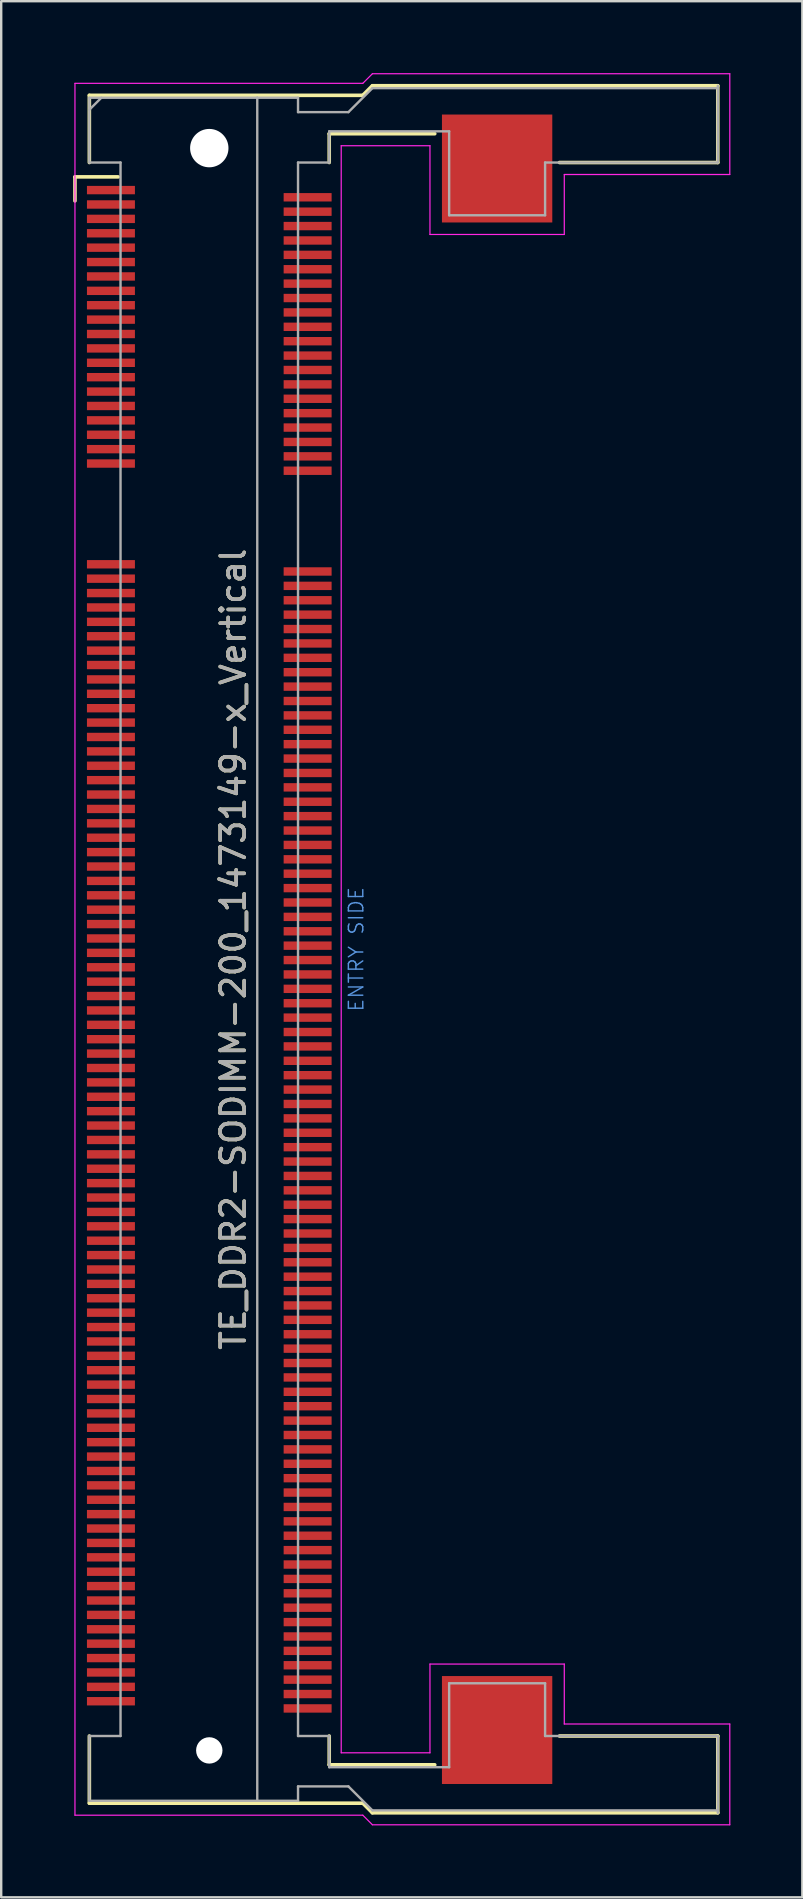
<source format=kicad_pcb>
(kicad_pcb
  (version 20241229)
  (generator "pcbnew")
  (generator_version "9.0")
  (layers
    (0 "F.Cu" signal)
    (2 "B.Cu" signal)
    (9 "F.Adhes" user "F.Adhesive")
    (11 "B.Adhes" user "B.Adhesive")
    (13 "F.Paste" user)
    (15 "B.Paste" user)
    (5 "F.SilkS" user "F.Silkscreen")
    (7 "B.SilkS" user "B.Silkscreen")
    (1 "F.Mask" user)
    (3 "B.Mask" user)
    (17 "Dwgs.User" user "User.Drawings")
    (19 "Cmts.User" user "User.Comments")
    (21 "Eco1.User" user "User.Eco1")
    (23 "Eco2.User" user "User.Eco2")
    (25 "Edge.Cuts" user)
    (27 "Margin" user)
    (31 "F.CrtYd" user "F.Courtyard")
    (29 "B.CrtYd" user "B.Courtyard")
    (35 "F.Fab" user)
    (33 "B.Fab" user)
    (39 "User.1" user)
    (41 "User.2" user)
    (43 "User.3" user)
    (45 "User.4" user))
  (footprint "TE_DDR2-SODIMM-200_1473149-x_Vertical"
    (layer "F.Cu")
    (at 10.275 36.525)
    (property "Reference" "TE_DDR2-SODIMM-200_1473149-x_Vertical" (at -3.6 0 90) (layer "F.SilkS") (effects (font (size 1 1) (thickness 0.15))))
    (attr smd)
    (fp_line (start -10.2 -32.2) (end -8.4 -32.2) (stroke (width 0.15) (type solid)) (layer "F.SilkS"))
    (fp_line (start -10.2 -31.2) (end -10.2 -32.2) (stroke (width 0.15) (type solid)) (layer "F.SilkS"))
    (fp_line (start -9.6 -35.6) (end 1.8 -35.6) (stroke (width 0.15) (type solid)) (layer "F.SilkS"))
    (fp_line (start -9.6 -32.8) (end -9.6 -35.6) (stroke (width 0.15) (type solid)) (layer "F.SilkS"))
    (fp_line (start -9.6 32.8) (end -9.6 35.6) (stroke (width 0.15) (type solid)) (layer "F.SilkS"))
    (fp_line (start -9.6 35.6) (end 1.8 35.6) (stroke (width 0.15) (type solid)) (layer "F.SilkS"))
    (fp_line (start 0.4 -34) (end 4.8 -34) (stroke (width 0.15) (type solid)) (layer "F.SilkS"))
    (fp_line (start 0.4 -32.8) (end 0.4 -34) (stroke (width 0.15) (type solid)) (layer "F.SilkS"))
    (fp_line (start 0.4 34) (end 0.4 32.8) (stroke (width 0.15) (type solid)) (layer "F.SilkS"))
    (fp_line (start 1.8 -35.6) (end 2.2 -36) (stroke (width 0.15) (type solid)) (layer "F.SilkS"))
    (fp_line (start 1.8 35.6) (end 2.2 36) (stroke (width 0.15) (type solid)) (layer "F.SilkS"))
    (fp_line (start 2.2 -36) (end 16.6 -36) (stroke (width 0.15) (type solid)) (layer "F.SilkS"))
    (fp_line (start 2.2 36) (end 16.6 36) (stroke (width 0.15) (type solid)) (layer "F.SilkS"))
    (fp_line (start 4.8 34) (end 0.4 34) (stroke (width 0.15) (type solid)) (layer "F.SilkS"))
    (fp_line (start 10 -32.8) (end 16.6 -32.8) (stroke (width 0.15) (type solid)) (layer "F.SilkS"))
    (fp_line (start 10 32.8) (end 16.6 32.8) (stroke (width 0.15) (type solid)) (layer "F.SilkS"))
    (fp_line (start 16.6 -36) (end 16.6 -32.8) (stroke (width 0.15) (type solid)) (layer "F.SilkS"))
    (fp_line (start 16.6 36) (end 16.6 32.8) (stroke (width 0.15) (type solid)) (layer "F.SilkS"))
    (fp_line (start -10.2 -36.1) (end -10.2 36.1) (stroke (width 0.05) (type solid)) (layer "F.CrtYd"))
    (fp_line (start -10.2 -36.1) (end 1.8 -36.1) (stroke (width 0.05) (type solid)) (layer "F.CrtYd"))
    (fp_line (start -10.2 36.1) (end 1.8 36.1) (stroke (width 0.05) (type solid)) (layer "F.CrtYd"))
    (fp_line (start 0.9 -33.5) (end 0.9 33.5) (stroke (width 0.05) (type solid)) (layer "F.CrtYd"))
    (fp_line (start 1.8 36.1) (end 2.2 36.5) (stroke (width 0.05) (type solid)) (layer "F.CrtYd"))
    (fp_line (start 2.2 -36.5) (end 1.8 -36.1) (stroke (width 0.05) (type solid)) (layer "F.CrtYd"))
    (fp_line (start 2.2 36.5) (end 17.1 36.5) (stroke (width 0.05) (type solid)) (layer "F.CrtYd"))
    (fp_line (start 4.6 -33.5) (end 0.9 -33.5) (stroke (width 0.05) (type solid)) (layer "F.CrtYd"))
    (fp_line (start 4.6 -29.8) (end 4.6 -33.5) (stroke (width 0.05) (type solid)) (layer "F.CrtYd"))
    (fp_line (start 4.6 29.8) (end 4.6 33.5) (stroke (width 0.05) (type solid)) (layer "F.CrtYd"))
    (fp_line (start 4.6 33.5) (end 0.9 33.5) (stroke (width 0.05) (type solid)) (layer "F.CrtYd"))
    (fp_line (start 10.2 -29.8) (end 4.6 -29.8) (stroke (width 0.05) (type solid)) (layer "F.CrtYd"))
    (fp_line (start 10.2 -29.8) (end 10.2 -32.3) (stroke (width 0.05) (type solid)) (layer "F.CrtYd"))
    (fp_line (start 10.2 29.8) (end 4.6 29.8) (stroke (width 0.05) (type solid)) (layer "F.CrtYd"))
    (fp_line (start 10.2 29.8) (end 10.2 32.3) (stroke (width 0.05) (type solid)) (layer "F.CrtYd"))
    (fp_line (start 17.1 -36.5) (end 2.2 -36.5) (stroke (width 0.05) (type solid)) (layer "F.CrtYd"))
    (fp_line (start 17.1 -32.3) (end 10.2 -32.3) (stroke (width 0.05) (type solid)) (layer "F.CrtYd"))
    (fp_line (start 17.1 -32.3) (end 17.1 -36.5) (stroke (width 0.05) (type solid)) (layer "F.CrtYd"))
    (fp_line (start 17.1 32.3) (end 10.2 32.3) (stroke (width 0.05) (type solid)) (layer "F.CrtYd"))
    (fp_line (start 17.1 32.3) (end 17.1 36.5) (stroke (width 0.05) (type solid)) (layer "F.CrtYd"))
    (fp_line (start -9.6 -35.5) (end -9.6 -32.8) (stroke (width 0.1) (type solid)) (layer "F.Fab"))
    (fp_line (start -9.6 -35.5) (end -2.6 -35.5) (stroke (width 0.1) (type solid)) (layer "F.Fab"))
    (fp_line (start -9.6 -35) (end -9.1 -35.5) (stroke (width 0.1) (type solid)) (layer "F.Fab"))
    (fp_line (start -9.6 -32.8) (end -8.3 -32.8) (stroke (width 0.1) (type solid)) (layer "F.Fab"))
    (fp_line (start -9.6 32.8) (end -8.3 32.8) (stroke (width 0.1) (type solid)) (layer "F.Fab"))
    (fp_line (start -9.6 35.5) (end -9.6 32.8) (stroke (width 0.1) (type solid)) (layer "F.Fab"))
    (fp_line (start -8.3 32.8) (end -8.3 -32.8) (stroke (width 0.1) (type solid)) (layer "F.Fab"))
    (fp_line (start -2.6 -35.5) (end -2.6 35.5) (stroke (width 0.1) (type solid)) (layer "F.Fab"))
    (fp_line (start -2.6 35.5) (end -9.6 35.5) (stroke (width 0.1) (type solid)) (layer "F.Fab"))
    (fp_line (start -0.9 -35.5) (end -2.6 -35.5) (stroke (width 0.1) (type solid)) (layer "F.Fab"))
    (fp_line (start -0.9 -35.5) (end -0.9 -34.9) (stroke (width 0.1) (type solid)) (layer "F.Fab"))
    (fp_line (start -0.9 -32.8) (end -0.9 32.8) (stroke (width 0.1) (type solid)) (layer "F.Fab"))
    (fp_line (start -0.9 -32.8) (end 0.4 -32.8) (stroke (width 0.1) (type solid)) (layer "F.Fab"))
    (fp_line (start -0.9 34.9) (end -0.9 35.5) (stroke (width 0.1) (type solid)) (layer "F.Fab"))
    (fp_line (start -0.9 34.9) (end 1.2 34.9) (stroke (width 0.1) (type solid)) (layer "F.Fab"))
    (fp_line (start -0.9 35.5) (end -2.6 35.5) (stroke (width 0.1) (type solid)) (layer "F.Fab"))
    (fp_line (start 0.4 -34.1) (end 5.4 -34.1) (stroke (width 0.1) (type solid)) (layer "F.Fab"))
    (fp_line (start 0.4 -32.8) (end 0.4 -34.1) (stroke (width 0.1) (type solid)) (layer "F.Fab"))
    (fp_line (start 0.4 32.8) (end -0.9 32.8) (stroke (width 0.1) (type solid)) (layer "F.Fab"))
    (fp_line (start 0.4 34.1) (end 0.4 32.8) (stroke (width 0.1) (type solid)) (layer "F.Fab"))
    (fp_line (start 0.4 34.1) (end 5.4 34.1) (stroke (width 0.1) (type solid)) (layer "F.Fab"))
    (fp_line (start 1.2 -34.9) (end -0.9 -34.9) (stroke (width 0.1) (type solid)) (layer "F.Fab"))
    (fp_line (start 1.2 -34.9) (end 2.2 -35.9) (stroke (width 0.1) (type solid)) (layer "F.Fab"))
    (fp_line (start 1.2 34.9) (end 2.2 35.9) (stroke (width 0.1) (type solid)) (layer "F.Fab"))
    (fp_line (start 2.2 -35.9) (end 16.6 -35.9) (stroke (width 0.1) (type solid)) (layer "F.Fab"))
    (fp_line (start 5.4 -34.1) (end 5.4 -30.6) (stroke (width 0.1) (type solid)) (layer "F.Fab"))
    (fp_line (start 5.4 -30.6) (end 9.4 -30.6) (stroke (width 0.1) (type solid)) (layer "F.Fab"))
    (fp_line (start 5.4 30.6) (end 9.4 30.6) (stroke (width 0.1) (type solid)) (layer "F.Fab"))
    (fp_line (start 5.4 34.1) (end 5.4 30.6) (stroke (width 0.1) (type solid)) (layer "F.Fab"))
    (fp_line (start 9.4 -32.8) (end 16.6 -32.8) (stroke (width 0.1) (type solid)) (layer "F.Fab"))
    (fp_line (start 9.4 -30.6) (end 9.4 -32.8) (stroke (width 0.1) (type solid)) (layer "F.Fab"))
    (fp_line (start 9.4 30.6) (end 9.4 32.8) (stroke (width 0.1) (type solid)) (layer "F.Fab"))
    (fp_line (start 9.4 32.8) (end 16.6 32.8) (stroke (width 0.1) (type solid)) (layer "F.Fab"))
    (fp_line (start 16.6 -32.8) (end 16.6 -36) (stroke (width 0.1) (type solid)) (layer "F.Fab"))
    (fp_line (start 16.6 35.9) (end 2.2 35.9) (stroke (width 0.1) (type solid)) (layer "F.Fab"))
    (fp_line (start 16.6 36) (end 16.6 32.8) (stroke (width 0.1) (type solid)) (layer "F.Fab"))
    (fp_text user "ENTRY SIDE" (at 1.524 0 90) (layer "Cmts.User") (effects (font (size 0.6 0.6) (thickness 0.06))))
    (fp_text user "${REFERENCE}" (at -3.6 0 90) (layer "F.Fab") (effects (font (size 1 1) (thickness 0.15))))
    (pad "" np_thru_hole circle (at -4.6 -33.4) (size 1.6 1.6) (drill 1.6) (layers "*.Cu"))
    (pad "" np_thru_hole circle (at -4.6 33.4) (size 1.1 1.1) (drill 1.1) (layers "*.Cu"))
    (pad "" smd rect (at 7.4 -32.55) (size 4.6 4.5) (layers "F.Cu" "F.Mask" "F.Paste"))
    (pad "" smd rect (at 7.4 32.55) (size 4.6 4.5) (layers "F.Cu" "F.Mask" "F.Paste"))
    (pad "1" smd rect (at -8.7 -31.65) (size 2 0.35) (layers "F.Cu" "F.Mask" "F.Paste"))
    (pad "2" smd rect (at -0.5 -31.35) (size 2 0.35) (layers "F.Cu" "F.Mask" "F.Paste"))
    (pad "3" smd rect (at -8.7 -31.05) (size 2 0.35) (layers "F.Cu" "F.Mask" "F.Paste"))
    (pad "4" smd rect (at -0.5 -30.75) (size 2 0.35) (layers "F.Cu" "F.Mask" "F.Paste"))
    (pad "5" smd rect (at -8.7 -30.45) (size 2 0.35) (layers "F.Cu" "F.Mask" "F.Paste"))
    (pad "6" smd rect (at -0.5 -30.15) (size 2 0.35) (layers "F.Cu" "F.Mask" "F.Paste"))
    (pad "7" smd rect (at -8.7 -29.85) (size 2 0.35) (layers "F.Cu" "F.Mask" "F.Paste"))
    (pad "8" smd rect (at -0.5 -29.55) (size 2 0.35) (layers "F.Cu" "F.Mask" "F.Paste"))
    (pad "9" smd rect (at -8.7 -29.25) (size 2 0.35) (layers "F.Cu" "F.Mask" "F.Paste"))
    (pad "10" smd rect (at -0.5 -28.95) (size 2 0.35) (layers "F.Cu" "F.Mask" "F.Paste"))
    (pad "11" smd rect (at -8.7 -28.65) (size 2 0.35) (layers "F.Cu" "F.Mask" "F.Paste"))
    (pad "12" smd rect (at -0.5 -28.35) (size 2 0.35) (layers "F.Cu" "F.Mask" "F.Paste"))
    (pad "13" smd rect (at -8.7 -28.05) (size 2 0.35) (layers "F.Cu" "F.Mask" "F.Paste"))
    (pad "14" smd rect (at -0.5 -27.75) (size 2 0.35) (layers "F.Cu" "F.Mask" "F.Paste"))
    (pad "15" smd rect (at -8.7 -27.45) (size 2 0.35) (layers "F.Cu" "F.Mask" "F.Paste"))
    (pad "16" smd rect (at -0.5 -27.15) (size 2 0.35) (layers "F.Cu" "F.Mask" "F.Paste"))
    (pad "17" smd rect (at -8.7 -26.85) (size 2 0.35) (layers "F.Cu" "F.Mask" "F.Paste"))
    (pad "18" smd rect (at -0.5 -26.55) (size 2 0.35) (layers "F.Cu" "F.Mask" "F.Paste"))
    (pad "19" smd rect (at -8.7 -26.25) (size 2 0.35) (layers "F.Cu" "F.Mask" "F.Paste"))
    (pad "20" smd rect (at -0.5 -25.95) (size 2 0.35) (layers "F.Cu" "F.Mask" "F.Paste"))
    (pad "21" smd rect (at -8.7 -25.65) (size 2 0.35) (layers "F.Cu" "F.Mask" "F.Paste"))
    (pad "22" smd rect (at -0.5 -25.35) (size 2 0.35) (layers "F.Cu" "F.Mask" "F.Paste"))
    (pad "23" smd rect (at -8.7 -25.05) (size 2 0.35) (layers "F.Cu" "F.Mask" "F.Paste"))
    (pad "24" smd rect (at -0.5 -24.75) (size 2 0.35) (layers "F.Cu" "F.Mask" "F.Paste"))
    (pad "25" smd rect (at -8.7 -24.45) (size 2 0.35) (layers "F.Cu" "F.Mask" "F.Paste"))
    (pad "26" smd rect (at -0.5 -24.15) (size 2 0.35) (layers "F.Cu" "F.Mask" "F.Paste"))
    (pad "27" smd rect (at -8.7 -23.85) (size 2 0.35) (layers "F.Cu" "F.Mask" "F.Paste"))
    (pad "28" smd rect (at -0.5 -23.55) (size 2 0.35) (layers "F.Cu" "F.Mask" "F.Paste"))
    (pad "29" smd rect (at -8.7 -23.25) (size 2 0.35) (layers "F.Cu" "F.Mask" "F.Paste"))
    (pad "30" smd rect (at -0.5 -22.95) (size 2 0.35) (layers "F.Cu" "F.Mask" "F.Paste"))
    (pad "31" smd rect (at -8.7 -22.65) (size 2 0.35) (layers "F.Cu" "F.Mask" "F.Paste"))
    (pad "32" smd rect (at -0.5 -22.35) (size 2 0.35) (layers "F.Cu" "F.Mask" "F.Paste"))
    (pad "33" smd rect (at -8.7 -22.05) (size 2 0.35) (layers "F.Cu" "F.Mask" "F.Paste"))
    (pad "34" smd rect (at -0.5 -21.75) (size 2 0.35) (layers "F.Cu" "F.Mask" "F.Paste"))
    (pad "35" smd rect (at -8.7 -21.45) (size 2 0.35) (layers "F.Cu" "F.Mask" "F.Paste"))
    (pad "36" smd rect (at -0.5 -21.15) (size 2 0.35) (layers "F.Cu" "F.Mask" "F.Paste"))
    (pad "37" smd rect (at -8.7 -20.85) (size 2 0.35) (layers "F.Cu" "F.Mask" "F.Paste"))
    (pad "38" smd rect (at -0.5 -20.55) (size 2 0.35) (layers "F.Cu" "F.Mask" "F.Paste"))
    (pad "39" smd rect (at -8.7 -20.25) (size 2 0.35) (layers "F.Cu" "F.Mask" "F.Paste"))
    (pad "40" smd rect (at -0.5 -19.95) (size 2 0.35) (layers "F.Cu" "F.Mask" "F.Paste"))
    (pad "41" smd rect (at -8.7 -16.05) (size 2 0.35) (layers "F.Cu" "F.Mask" "F.Paste"))
    (pad "42" smd rect (at -0.5 -15.75) (size 2 0.35) (layers "F.Cu" "F.Mask" "F.Paste"))
    (pad "43" smd rect (at -8.7 -15.45) (size 2 0.35) (layers "F.Cu" "F.Mask" "F.Paste"))
    (pad "44" smd rect (at -0.5 -15.15) (size 2 0.35) (layers "F.Cu" "F.Mask" "F.Paste"))
    (pad "45" smd rect (at -8.7 -14.85) (size 2 0.35) (layers "F.Cu" "F.Mask" "F.Paste"))
    (pad "46" smd rect (at -0.5 -14.55) (size 2 0.35) (layers "F.Cu" "F.Mask" "F.Paste"))
    (pad "47" smd rect (at -8.7 -14.25) (size 2 0.35) (layers "F.Cu" "F.Mask" "F.Paste"))
    (pad "48" smd rect (at -0.5 -13.95) (size 2 0.35) (layers "F.Cu" "F.Mask" "F.Paste"))
    (pad "49" smd rect (at -8.7 -13.65) (size 2 0.35) (layers "F.Cu" "F.Mask" "F.Paste"))
    (pad "50" smd rect (at -0.5 -13.35) (size 2 0.35) (layers "F.Cu" "F.Mask" "F.Paste"))
    (pad "51" smd rect (at -8.7 -13.05) (size 2 0.35) (layers "F.Cu" "F.Mask" "F.Paste"))
    (pad "52" smd rect (at -0.5 -12.75) (size 2 0.35) (layers "F.Cu" "F.Mask" "F.Paste"))
    (pad "53" smd rect (at -8.7 -12.45) (size 2 0.35) (layers "F.Cu" "F.Mask" "F.Paste"))
    (pad "54" smd rect (at -0.5 -12.15) (size 2 0.35) (layers "F.Cu" "F.Mask" "F.Paste"))
    (pad "55" smd rect (at -8.7 -11.85) (size 2 0.35) (layers "F.Cu" "F.Mask" "F.Paste"))
    (pad "56" smd rect (at -0.5 -11.55) (size 2 0.35) (layers "F.Cu" "F.Mask" "F.Paste"))
    (pad "57" smd rect (at -8.7 -11.25) (size 2 0.35) (layers "F.Cu" "F.Mask" "F.Paste"))
    (pad "58" smd rect (at -0.5 -10.95) (size 2 0.35) (layers "F.Cu" "F.Mask" "F.Paste"))
    (pad "59" smd rect (at -8.7 -10.65) (size 2 0.35) (layers "F.Cu" "F.Mask" "F.Paste"))
    (pad "60" smd rect (at -0.5 -10.35) (size 2 0.35) (layers "F.Cu" "F.Mask" "F.Paste"))
    (pad "61" smd rect (at -8.7 -10.05) (size 2 0.35) (layers "F.Cu" "F.Mask" "F.Paste"))
    (pad "62" smd rect (at -0.5 -9.75) (size 2 0.35) (layers "F.Cu" "F.Mask" "F.Paste"))
    (pad "63" smd rect (at -8.7 -9.45) (size 2 0.35) (layers "F.Cu" "F.Mask" "F.Paste"))
    (pad "64" smd rect (at -0.5 -9.15) (size 2 0.35) (layers "F.Cu" "F.Mask" "F.Paste"))
    (pad "65" smd rect (at -8.7 -8.85) (size 2 0.35) (layers "F.Cu" "F.Mask" "F.Paste"))
    (pad "66" smd rect (at -0.5 -8.55) (size 2 0.35) (layers "F.Cu" "F.Mask" "F.Paste"))
    (pad "67" smd rect (at -8.7 -8.25) (size 2 0.35) (layers "F.Cu" "F.Mask" "F.Paste"))
    (pad "68" smd rect (at -0.5 -7.95) (size 2 0.35) (layers "F.Cu" "F.Mask" "F.Paste"))
    (pad "69" smd rect (at -8.7 -7.65) (size 2 0.35) (layers "F.Cu" "F.Mask" "F.Paste"))
    (pad "70" smd rect (at -0.5 -7.35) (size 2 0.35) (layers "F.Cu" "F.Mask" "F.Paste"))
    (pad "71" smd rect (at -8.7 -7.05) (size 2 0.35) (layers "F.Cu" "F.Mask" "F.Paste"))
    (pad "72" smd rect (at -0.5 -6.75) (size 2 0.35) (layers "F.Cu" "F.Mask" "F.Paste"))
    (pad "73" smd rect (at -8.7 -6.45) (size 2 0.35) (layers "F.Cu" "F.Mask" "F.Paste"))
    (pad "74" smd rect (at -0.5 -6.15) (size 2 0.35) (layers "F.Cu" "F.Mask" "F.Paste"))
    (pad "75" smd rect (at -8.7 -5.85) (size 2 0.35) (layers "F.Cu" "F.Mask" "F.Paste"))
    (pad "76" smd rect (at -0.5 -5.55) (size 2 0.35) (layers "F.Cu" "F.Mask" "F.Paste"))
    (pad "77" smd rect (at -8.7 -5.25) (size 2 0.35) (layers "F.Cu" "F.Mask" "F.Paste"))
    (pad "78" smd rect (at -0.5 -4.95) (size 2 0.35) (layers "F.Cu" "F.Mask" "F.Paste"))
    (pad "79" smd rect (at -8.7 -4.65) (size 2 0.35) (layers "F.Cu" "F.Mask" "F.Paste"))
    (pad "80" smd rect (at -0.5 -4.35) (size 2 0.35) (layers "F.Cu" "F.Mask" "F.Paste"))
    (pad "81" smd rect (at -8.7 -4.05) (size 2 0.35) (layers "F.Cu" "F.Mask" "F.Paste"))
    (pad "82" smd rect (at -0.5 -3.75) (size 2 0.35) (layers "F.Cu" "F.Mask" "F.Paste"))
    (pad "83" smd rect (at -8.7 -3.45) (size 2 0.35) (layers "F.Cu" "F.Mask" "F.Paste"))
    (pad "84" smd rect (at -0.5 -3.15) (size 2 0.35) (layers "F.Cu" "F.Mask" "F.Paste"))
    (pad "85" smd rect (at -8.7 -2.85) (size 2 0.35) (layers "F.Cu" "F.Mask" "F.Paste"))
    (pad "86" smd rect (at -0.5 -2.55) (size 2 0.35) (layers "F.Cu" "F.Mask" "F.Paste"))
    (pad "87" smd rect (at -8.7 -2.25) (size 2 0.35) (layers "F.Cu" "F.Mask" "F.Paste"))
    (pad "88" smd rect (at -0.5 -1.95) (size 2 0.35) (layers "F.Cu" "F.Mask" "F.Paste"))
    (pad "89" smd rect (at -8.7 -1.65) (size 2 0.35) (layers "F.Cu" "F.Mask" "F.Paste"))
    (pad "90" smd rect (at -0.5 -1.35) (size 2 0.35) (layers "F.Cu" "F.Mask" "F.Paste"))
    (pad "91" smd rect (at -8.7 -1.05) (size 2 0.35) (layers "F.Cu" "F.Mask" "F.Paste"))
    (pad "92" smd rect (at -0.5 -0.75) (size 2 0.35) (layers "F.Cu" "F.Mask" "F.Paste"))
    (pad "93" smd rect (at -8.7 -0.45) (size 2 0.35) (layers "F.Cu" "F.Mask" "F.Paste"))
    (pad "94" smd rect (at -0.5 -0.15) (size 2 0.35) (layers "F.Cu" "F.Mask" "F.Paste"))
    (pad "95" smd rect (at -8.7 0.15) (size 2 0.35) (layers "F.Cu" "F.Mask" "F.Paste"))
    (pad "96" smd rect (at -0.5 0.45) (size 2 0.35) (layers "F.Cu" "F.Mask" "F.Paste"))
    (pad "97" smd rect (at -8.7 0.75) (size 2 0.35) (layers "F.Cu" "F.Mask" "F.Paste"))
    (pad "98" smd rect (at -0.5 1.05) (size 2 0.35) (layers "F.Cu" "F.Mask" "F.Paste"))
    (pad "99" smd rect (at -8.7 1.35) (size 2 0.35) (layers "F.Cu" "F.Mask" "F.Paste"))
    (pad "100" smd rect (at -0.5 1.65) (size 2 0.35) (layers "F.Cu" "F.Mask" "F.Paste"))
    (pad "101" smd rect (at -8.7 1.95) (size 2 0.35) (layers "F.Cu" "F.Mask" "F.Paste"))
    (pad "102" smd rect (at -0.5 2.25) (size 2 0.35) (layers "F.Cu" "F.Mask" "F.Paste"))
    (pad "103" smd rect (at -8.7 2.55) (size 2 0.35) (layers "F.Cu" "F.Mask" "F.Paste"))
    (pad "104" smd rect (at -0.5 2.85) (size 2 0.35) (layers "F.Cu" "F.Mask" "F.Paste"))
    (pad "105" smd rect (at -8.7 3.15) (size 2 0.35) (layers "F.Cu" "F.Mask" "F.Paste"))
    (pad "106" smd rect (at -0.5 3.45) (size 2 0.35) (layers "F.Cu" "F.Mask" "F.Paste"))
    (pad "107" smd rect (at -8.7 3.75) (size 2 0.35) (layers "F.Cu" "F.Mask" "F.Paste"))
    (pad "108" smd rect (at -0.5 4.05) (size 2 0.35) (layers "F.Cu" "F.Mask" "F.Paste"))
    (pad "109" smd rect (at -8.7 4.35) (size 2 0.35) (layers "F.Cu" "F.Mask" "F.Paste"))
    (pad "110" smd rect (at -0.5 4.65) (size 2 0.35) (layers "F.Cu" "F.Mask" "F.Paste"))
    (pad "111" smd rect (at -8.7 4.95) (size 2 0.35) (layers "F.Cu" "F.Mask" "F.Paste"))
    (pad "112" smd rect (at -0.5 5.25) (size 2 0.35) (layers "F.Cu" "F.Mask" "F.Paste"))
    (pad "113" smd rect (at -8.7 5.55) (size 2 0.35) (layers "F.Cu" "F.Mask" "F.Paste"))
    (pad "114" smd rect (at -0.5 5.85) (size 2 0.35) (layers "F.Cu" "F.Mask" "F.Paste"))
    (pad "115" smd rect (at -8.7 6.15) (size 2 0.35) (layers "F.Cu" "F.Mask" "F.Paste"))
    (pad "116" smd rect (at -0.5 6.45) (size 2 0.35) (layers "F.Cu" "F.Mask" "F.Paste"))
    (pad "117" smd rect (at -8.7 6.75) (size 2 0.35) (layers "F.Cu" "F.Mask" "F.Paste"))
    (pad "118" smd rect (at -0.5 7.05) (size 2 0.35) (layers "F.Cu" "F.Mask" "F.Paste"))
    (pad "119" smd rect (at -8.7 7.35) (size 2 0.35) (layers "F.Cu" "F.Mask" "F.Paste"))
    (pad "120" smd rect (at -0.5 7.65) (size 2 0.35) (layers "F.Cu" "F.Mask" "F.Paste"))
    (pad "121" smd rect (at -8.7 7.95) (size 2 0.35) (layers "F.Cu" "F.Mask" "F.Paste"))
    (pad "122" smd rect (at -0.5 8.25) (size 2 0.35) (layers "F.Cu" "F.Mask" "F.Paste"))
    (pad "123" smd rect (at -8.7 8.55) (size 2 0.35) (layers "F.Cu" "F.Mask" "F.Paste"))
    (pad "124" smd rect (at -0.5 8.85) (size 2 0.35) (layers "F.Cu" "F.Mask" "F.Paste"))
    (pad "125" smd rect (at -8.7 9.15) (size 2 0.35) (layers "F.Cu" "F.Mask" "F.Paste"))
    (pad "126" smd rect (at -0.5 9.45) (size 2 0.35) (layers "F.Cu" "F.Mask" "F.Paste"))
    (pad "127" smd rect (at -8.7 9.75) (size 2 0.35) (layers "F.Cu" "F.Mask" "F.Paste"))
    (pad "128" smd rect (at -0.5 10.05) (size 2 0.35) (layers "F.Cu" "F.Mask" "F.Paste"))
    (pad "129" smd rect (at -8.7 10.35) (size 2 0.35) (layers "F.Cu" "F.Mask" "F.Paste"))
    (pad "130" smd rect (at -0.5 10.65) (size 2 0.35) (layers "F.Cu" "F.Mask" "F.Paste"))
    (pad "131" smd rect (at -8.7 10.95) (size 2 0.35) (layers "F.Cu" "F.Mask" "F.Paste"))
    (pad "132" smd rect (at -0.5 11.25) (size 2 0.35) (layers "F.Cu" "F.Mask" "F.Paste"))
    (pad "133" smd rect (at -8.7 11.55) (size 2 0.35) (layers "F.Cu" "F.Mask" "F.Paste"))
    (pad "134" smd rect (at -0.5 11.85) (size 2 0.35) (layers "F.Cu" "F.Mask" "F.Paste"))
    (pad "135" smd rect (at -8.7 12.15) (size 2 0.35) (layers "F.Cu" "F.Mask" "F.Paste"))
    (pad "136" smd rect (at -0.5 12.45) (size 2 0.35) (layers "F.Cu" "F.Mask" "F.Paste"))
    (pad "137" smd rect (at -8.7 12.75) (size 2 0.35) (layers "F.Cu" "F.Mask" "F.Paste"))
    (pad "138" smd rect (at -0.5 13.05) (size 2 0.35) (layers "F.Cu" "F.Mask" "F.Paste"))
    (pad "139" smd rect (at -8.7 13.35) (size 2 0.35) (layers "F.Cu" "F.Mask" "F.Paste"))
    (pad "140" smd rect (at -0.5 13.65) (size 2 0.35) (layers "F.Cu" "F.Mask" "F.Paste"))
    (pad "141" smd rect (at -8.7 13.95) (size 2 0.35) (layers "F.Cu" "F.Mask" "F.Paste"))
    (pad "142" smd rect (at -0.5 14.25) (size 2 0.35) (layers "F.Cu" "F.Mask" "F.Paste"))
    (pad "143" smd rect (at -8.7 14.55) (size 2 0.35) (layers "F.Cu" "F.Mask" "F.Paste"))
    (pad "144" smd rect (at -0.5 14.85) (size 2 0.35) (layers "F.Cu" "F.Mask" "F.Paste"))
    (pad "145" smd rect (at -8.7 15.15) (size 2 0.35) (layers "F.Cu" "F.Mask" "F.Paste"))
    (pad "146" smd rect (at -0.5 15.45) (size 2 0.35) (layers "F.Cu" "F.Mask" "F.Paste"))
    (pad "147" smd rect (at -8.7 15.75) (size 2 0.35) (layers "F.Cu" "F.Mask" "F.Paste"))
    (pad "148" smd rect (at -0.5 16.05) (size 2 0.35) (layers "F.Cu" "F.Mask" "F.Paste"))
    (pad "149" smd rect (at -8.7 16.35) (size 2 0.35) (layers "F.Cu" "F.Mask" "F.Paste"))
    (pad "150" smd rect (at -0.5 16.65) (size 2 0.35) (layers "F.Cu" "F.Mask" "F.Paste"))
    (pad "151" smd rect (at -8.7 16.95) (size 2 0.35) (layers "F.Cu" "F.Mask" "F.Paste"))
    (pad "152" smd rect (at -0.5 17.25) (size 2 0.35) (layers "F.Cu" "F.Mask" "F.Paste"))
    (pad "153" smd rect (at -8.7 17.55) (size 2 0.35) (layers "F.Cu" "F.Mask" "F.Paste"))
    (pad "154" smd rect (at -0.5 17.85) (size 2 0.35) (layers "F.Cu" "F.Mask" "F.Paste"))
    (pad "155" smd rect (at -8.7 18.15) (size 2 0.35) (layers "F.Cu" "F.Mask" "F.Paste"))
    (pad "156" smd rect (at -0.5 18.45) (size 2 0.35) (layers "F.Cu" "F.Mask" "F.Paste"))
    (pad "157" smd rect (at -8.7 18.75) (size 2 0.35) (layers "F.Cu" "F.Mask" "F.Paste"))
    (pad "158" smd rect (at -0.5 19.05) (size 2 0.35) (layers "F.Cu" "F.Mask" "F.Paste"))
    (pad "159" smd rect (at -8.7 19.35) (size 2 0.35) (layers "F.Cu" "F.Mask" "F.Paste"))
    (pad "160" smd rect (at -0.5 19.65) (size 2 0.35) (layers "F.Cu" "F.Mask" "F.Paste"))
    (pad "161" smd rect (at -8.7 19.95) (size 2 0.35) (layers "F.Cu" "F.Mask" "F.Paste"))
    (pad "162" smd rect (at -0.5 20.25) (size 2 0.35) (layers "F.Cu" "F.Mask" "F.Paste"))
    (pad "163" smd rect (at -8.7 20.55) (size 2 0.35) (layers "F.Cu" "F.Mask" "F.Paste"))
    (pad "164" smd rect (at -0.5 20.85) (size 2 0.35) (layers "F.Cu" "F.Mask" "F.Paste"))
    (pad "165" smd rect (at -8.7 21.15) (size 2 0.35) (layers "F.Cu" "F.Mask" "F.Paste"))
    (pad "166" smd rect (at -0.5 21.45) (size 2 0.35) (layers "F.Cu" "F.Mask" "F.Paste"))
    (pad "167" smd rect (at -8.7 21.75) (size 2 0.35) (layers "F.Cu" "F.Mask" "F.Paste"))
    (pad "168" smd rect (at -0.5 22.05) (size 2 0.35) (layers "F.Cu" "F.Mask" "F.Paste"))
    (pad "169" smd rect (at -8.7 22.35) (size 2 0.35) (layers "F.Cu" "F.Mask" "F.Paste"))
    (pad "170" smd rect (at -0.5 22.65) (size 2 0.35) (layers "F.Cu" "F.Mask" "F.Paste"))
    (pad "171" smd rect (at -8.7 22.95) (size 2 0.35) (layers "F.Cu" "F.Mask" "F.Paste"))
    (pad "172" smd rect (at -0.5 23.25) (size 2 0.35) (layers "F.Cu" "F.Mask" "F.Paste"))
    (pad "173" smd rect (at -8.7 23.55) (size 2 0.35) (layers "F.Cu" "F.Mask" "F.Paste"))
    (pad "174" smd rect (at -0.5 23.85) (size 2 0.35) (layers "F.Cu" "F.Mask" "F.Paste"))
    (pad "175" smd rect (at -8.7 24.15) (size 2 0.35) (layers "F.Cu" "F.Mask" "F.Paste"))
    (pad "176" smd rect (at -0.5 24.45) (size 2 0.35) (layers "F.Cu" "F.Mask" "F.Paste"))
    (pad "177" smd rect (at -8.7 24.75) (size 2 0.35) (layers "F.Cu" "F.Mask" "F.Paste"))
    (pad "178" smd rect (at -0.5 25.05) (size 2 0.35) (layers "F.Cu" "F.Mask" "F.Paste"))
    (pad "179" smd rect (at -8.7 25.35) (size 2 0.35) (layers "F.Cu" "F.Mask" "F.Paste"))
    (pad "180" smd rect (at -0.5 25.65) (size 2 0.35) (layers "F.Cu" "F.Mask" "F.Paste"))
    (pad "181" smd rect (at -8.7 25.95) (size 2 0.35) (layers "F.Cu" "F.Mask" "F.Paste"))
    (pad "182" smd rect (at -0.5 26.25) (size 2 0.35) (layers "F.Cu" "F.Mask" "F.Paste"))
    (pad "183" smd rect (at -8.7 26.55) (size 2 0.35) (layers "F.Cu" "F.Mask" "F.Paste"))
    (pad "184" smd rect (at -0.5 26.85) (size 2 0.35) (layers "F.Cu" "F.Mask" "F.Paste"))
    (pad "185" smd rect (at -8.7 27.15) (size 2 0.35) (layers "F.Cu" "F.Mask" "F.Paste"))
    (pad "186" smd rect (at -0.5 27.45) (size 2 0.35) (layers "F.Cu" "F.Mask" "F.Paste"))
    (pad "187" smd rect (at -8.7 27.75) (size 2 0.35) (layers "F.Cu" "F.Mask" "F.Paste"))
    (pad "188" smd rect (at -0.5 28.05) (size 2 0.35) (layers "F.Cu" "F.Mask" "F.Paste"))
    (pad "189" smd rect (at -8.7 28.35) (size 2 0.35) (layers "F.Cu" "F.Mask" "F.Paste"))
    (pad "190" smd rect (at -0.5 28.65) (size 2 0.35) (layers "F.Cu" "F.Mask" "F.Paste"))
    (pad "191" smd rect (at -8.7 28.95) (size 2 0.35) (layers "F.Cu" "F.Mask" "F.Paste"))
    (pad "192" smd rect (at -0.5 29.25) (size 2 0.35) (layers "F.Cu" "F.Mask" "F.Paste"))
    (pad "193" smd rect (at -8.7 29.55) (size 2 0.35) (layers "F.Cu" "F.Mask" "F.Paste"))
    (pad "194" smd rect (at -0.5 29.85) (size 2 0.35) (layers "F.Cu" "F.Mask" "F.Paste"))
    (pad "195" smd rect (at -8.7 30.15) (size 2 0.35) (layers "F.Cu" "F.Mask" "F.Paste"))
    (pad "196" smd rect (at -0.5 30.45) (size 2 0.35) (layers "F.Cu" "F.Mask" "F.Paste"))
    (pad "197" smd rect (at -8.7 30.75) (size 2 0.35) (layers "F.Cu" "F.Mask" "F.Paste"))
    (pad "198" smd rect (at -0.5 31.05) (size 2 0.35) (layers "F.Cu" "F.Mask" "F.Paste"))
    (pad "199" smd rect (at -8.7 31.35) (size 2 0.35) (layers "F.Cu" "F.Mask" "F.Paste"))
    (pad "200" smd rect (at -0.5 31.65) (size 2 0.35) (layers "F.Cu" "F.Mask" "F.Paste")))
  (gr_rect
    (start -3 -3)
    (end 30.4 76.05)
    (stroke (width 0.1) (type default))
    (fill no)
    (layer "Edge.Cuts")))
</source>
